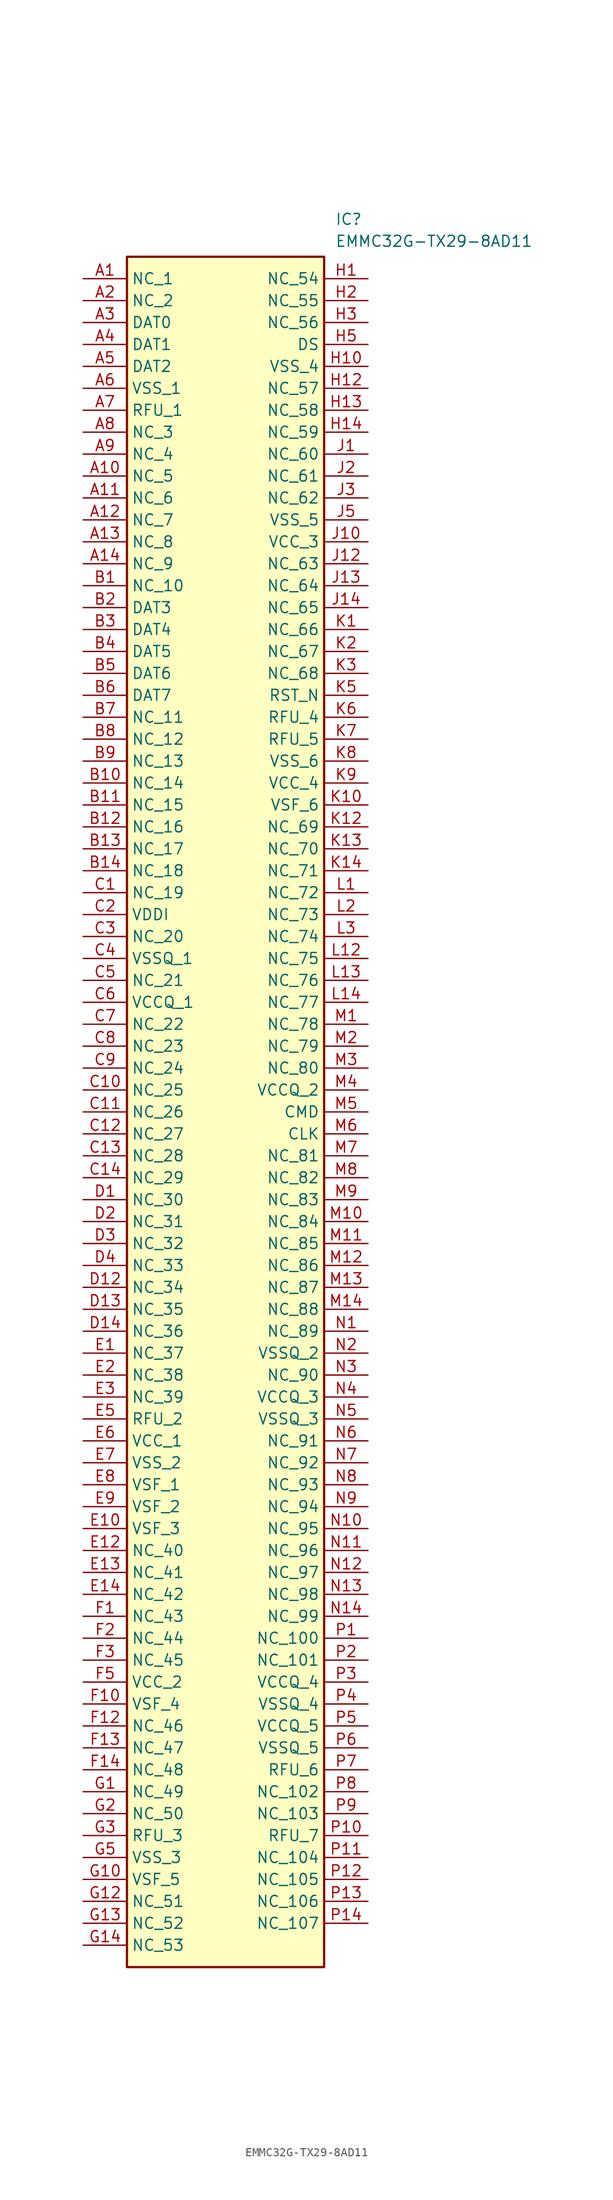
<source format=kicad_sym>
(kicad_symbol_lib
  (version 20241209)
  (generator "kicad_symbol_editor")
  (generator_version "9.0")
  (symbol "EMMC32G-TX29-8AD11"
    (property "Reference" "IC"
      (at 29.21 7.62 0)
      (effects (font (size 1.27 1.27)) (justify left top)))
    (property "Value" "EMMC32G-TX29-8AD11"
      (at 29.21 5.08 0)
      (effects (font (size 1.27 1.27)) (justify left top)))
    (symbol "EMMC32G-TX29-8AD11_1_1"
      (rectangle (start 5.08 2.54) (end 27.94 -195.58) (stroke (width 0.254) (type default)) (fill (type background)))
      (pin passive line (at 0 0 0) (length 5.08) (name "NC_1" (effects (font (size 1.27 1.27)))) (number "A1" (effects (font (size 1.27 1.27)))))
      (pin passive line (at 0 -2.54 0) (length 5.08) (name "NC_2" (effects (font (size 1.27 1.27)))) (number "A2" (effects (font (size 1.27 1.27)))))
      (pin passive line (at 0 -5.08 0) (length 5.08) (name "DAT0" (effects (font (size 1.27 1.27)))) (number "A3" (effects (font (size 1.27 1.27)))))
      (pin passive line (at 0 -7.62 0) (length 5.08) (name "DAT1" (effects (font (size 1.27 1.27)))) (number "A4" (effects (font (size 1.27 1.27)))))
      (pin passive line (at 0 -10.16 0) (length 5.08) (name "DAT2" (effects (font (size 1.27 1.27)))) (number "A5" (effects (font (size 1.27 1.27)))))
      (pin passive line (at 0 -12.7 0) (length 5.08) (name "VSS_1" (effects (font (size 1.27 1.27)))) (number "A6" (effects (font (size 1.27 1.27)))))
      (pin passive line (at 0 -15.24 0) (length 5.08) (name "RFU_1" (effects (font (size 1.27 1.27)))) (number "A7" (effects (font (size 1.27 1.27)))))
      (pin passive line (at 0 -17.78 0) (length 5.08) (name "NC_3" (effects (font (size 1.27 1.27)))) (number "A8" (effects (font (size 1.27 1.27)))))
      (pin passive line (at 0 -20.32 0) (length 5.08) (name "NC_4" (effects (font (size 1.27 1.27)))) (number "A9" (effects (font (size 1.27 1.27)))))
      (pin passive line (at 0 -22.86 0) (length 5.08) (name "NC_5" (effects (font (size 1.27 1.27)))) (number "A10" (effects (font (size 1.27 1.27)))))
      (pin passive line (at 0 -25.4 0) (length 5.08) (name "NC_6" (effects (font (size 1.27 1.27)))) (number "A11" (effects (font (size 1.27 1.27)))))
      (pin passive line (at 0 -27.94 0) (length 5.08) (name "NC_7" (effects (font (size 1.27 1.27)))) (number "A12" (effects (font (size 1.27 1.27)))))
      (pin passive line (at 0 -30.48 0) (length 5.08) (name "NC_8" (effects (font (size 1.27 1.27)))) (number "A13" (effects (font (size 1.27 1.27)))))
      (pin passive line (at 0 -33.02 0) (length 5.08) (name "NC_9" (effects (font (size 1.27 1.27)))) (number "A14" (effects (font (size 1.27 1.27)))))
      (pin passive line (at 0 -35.56 0) (length 5.08) (name "NC_10" (effects (font (size 1.27 1.27)))) (number "B1" (effects (font (size 1.27 1.27)))))
      (pin passive line (at 0 -38.1 0) (length 5.08) (name "DAT3" (effects (font (size 1.27 1.27)))) (number "B2" (effects (font (size 1.27 1.27)))))
      (pin passive line (at 0 -40.64 0) (length 5.08) (name "DAT4" (effects (font (size 1.27 1.27)))) (number "B3" (effects (font (size 1.27 1.27)))))
      (pin passive line (at 0 -43.18 0) (length 5.08) (name "DAT5" (effects (font (size 1.27 1.27)))) (number "B4" (effects (font (size 1.27 1.27)))))
      (pin passive line (at 0 -45.72 0) (length 5.08) (name "DAT6" (effects (font (size 1.27 1.27)))) (number "B5" (effects (font (size 1.27 1.27)))))
      (pin passive line (at 0 -48.26 0) (length 5.08) (name "DAT7" (effects (font (size 1.27 1.27)))) (number "B6" (effects (font (size 1.27 1.27)))))
      (pin passive line (at 0 -50.8 0) (length 5.08) (name "NC_11" (effects (font (size 1.27 1.27)))) (number "B7" (effects (font (size 1.27 1.27)))))
      (pin passive line (at 0 -53.34 0) (length 5.08) (name "NC_12" (effects (font (size 1.27 1.27)))) (number "B8" (effects (font (size 1.27 1.27)))))
      (pin passive line (at 0 -55.88 0) (length 5.08) (name "NC_13" (effects (font (size 1.27 1.27)))) (number "B9" (effects (font (size 1.27 1.27)))))
      (pin passive line (at 0 -58.42 0) (length 5.08) (name "NC_14" (effects (font (size 1.27 1.27)))) (number "B10" (effects (font (size 1.27 1.27)))))
      (pin passive line (at 0 -60.96 0) (length 5.08) (name "NC_15" (effects (font (size 1.27 1.27)))) (number "B11" (effects (font (size 1.27 1.27)))))
      (pin passive line (at 0 -63.5 0) (length 5.08) (name "NC_16" (effects (font (size 1.27 1.27)))) (number "B12" (effects (font (size 1.27 1.27)))))
      (pin passive line (at 0 -66.04 0) (length 5.08) (name "NC_17" (effects (font (size 1.27 1.27)))) (number "B13" (effects (font (size 1.27 1.27)))))
      (pin passive line (at 0 -68.58 0) (length 5.08) (name "NC_18" (effects (font (size 1.27 1.27)))) (number "B14" (effects (font (size 1.27 1.27)))))
      (pin passive line (at 0 -71.12 0) (length 5.08) (name "NC_19" (effects (font (size 1.27 1.27)))) (number "C1" (effects (font (size 1.27 1.27)))))
      (pin passive line (at 0 -73.66 0) (length 5.08) (name "VDDI" (effects (font (size 1.27 1.27)))) (number "C2" (effects (font (size 1.27 1.27)))))
      (pin passive line (at 0 -76.2 0) (length 5.08) (name "NC_20" (effects (font (size 1.27 1.27)))) (number "C3" (effects (font (size 1.27 1.27)))))
      (pin passive line (at 0 -78.74 0) (length 5.08) (name "VSSQ_1" (effects (font (size 1.27 1.27)))) (number "C4" (effects (font (size 1.27 1.27)))))
      (pin passive line (at 0 -81.28 0) (length 5.08) (name "NC_21" (effects (font (size 1.27 1.27)))) (number "C5" (effects (font (size 1.27 1.27)))))
      (pin passive line (at 0 -83.82 0) (length 5.08) (name "VCCQ_1" (effects (font (size 1.27 1.27)))) (number "C6" (effects (font (size 1.27 1.27)))))
      (pin passive line (at 0 -86.36 0) (length 5.08) (name "NC_22" (effects (font (size 1.27 1.27)))) (number "C7" (effects (font (size 1.27 1.27)))))
      (pin passive line (at 0 -88.9 0) (length 5.08) (name "NC_23" (effects (font (size 1.27 1.27)))) (number "C8" (effects (font (size 1.27 1.27)))))
      (pin passive line (at 0 -91.44 0) (length 5.08) (name "NC_24" (effects (font (size 1.27 1.27)))) (number "C9" (effects (font (size 1.27 1.27)))))
      (pin passive line (at 0 -93.98 0) (length 5.08) (name "NC_25" (effects (font (size 1.27 1.27)))) (number "C10" (effects (font (size 1.27 1.27)))))
      (pin passive line (at 0 -96.52 0) (length 5.08) (name "NC_26" (effects (font (size 1.27 1.27)))) (number "C11" (effects (font (size 1.27 1.27)))))
      (pin passive line (at 0 -99.06 0) (length 5.08) (name "NC_27" (effects (font (size 1.27 1.27)))) (number "C12" (effects (font (size 1.27 1.27)))))
      (pin passive line (at 0 -101.6 0) (length 5.08) (name "NC_28" (effects (font (size 1.27 1.27)))) (number "C13" (effects (font (size 1.27 1.27)))))
      (pin passive line (at 0 -104.14 0) (length 5.08) (name "NC_29" (effects (font (size 1.27 1.27)))) (number "C14" (effects (font (size 1.27 1.27)))))
      (pin passive line (at 0 -106.68 0) (length 5.08) (name "NC_30" (effects (font (size 1.27 1.27)))) (number "D1" (effects (font (size 1.27 1.27)))))
      (pin passive line (at 0 -109.22 0) (length 5.08) (name "NC_31" (effects (font (size 1.27 1.27)))) (number "D2" (effects (font (size 1.27 1.27)))))
      (pin passive line (at 0 -111.76 0) (length 5.08) (name "NC_32" (effects (font (size 1.27 1.27)))) (number "D3" (effects (font (size 1.27 1.27)))))
      (pin passive line (at 0 -114.3 0) (length 5.08) (name "NC_33" (effects (font (size 1.27 1.27)))) (number "D4" (effects (font (size 1.27 1.27)))))
      (pin passive line (at 0 -116.84 0) (length 5.08) (name "NC_34" (effects (font (size 1.27 1.27)))) (number "D12" (effects (font (size 1.27 1.27)))))
      (pin passive line (at 0 -119.38 0) (length 5.08) (name "NC_35" (effects (font (size 1.27 1.27)))) (number "D13" (effects (font (size 1.27 1.27)))))
      (pin passive line (at 0 -121.92 0) (length 5.08) (name "NC_36" (effects (font (size 1.27 1.27)))) (number "D14" (effects (font (size 1.27 1.27)))))
      (pin passive line (at 0 -124.46 0) (length 5.08) (name "NC_37" (effects (font (size 1.27 1.27)))) (number "E1" (effects (font (size 1.27 1.27)))))
      (pin passive line (at 0 -127 0) (length 5.08) (name "NC_38" (effects (font (size 1.27 1.27)))) (number "E2" (effects (font (size 1.27 1.27)))))
      (pin passive line (at 0 -129.54 0) (length 5.08) (name "NC_39" (effects (font (size 1.27 1.27)))) (number "E3" (effects (font (size 1.27 1.27)))))
      (pin passive line (at 0 -132.08 0) (length 5.08) (name "RFU_2" (effects (font (size 1.27 1.27)))) (number "E5" (effects (font (size 1.27 1.27)))))
      (pin passive line (at 0 -134.62 0) (length 5.08) (name "VCC_1" (effects (font (size 1.27 1.27)))) (number "E6" (effects (font (size 1.27 1.27)))))
      (pin passive line (at 0 -137.16 0) (length 5.08) (name "VSS_2" (effects (font (size 1.27 1.27)))) (number "E7" (effects (font (size 1.27 1.27)))))
      (pin passive line (at 0 -139.7 0) (length 5.08) (name "VSF_1" (effects (font (size 1.27 1.27)))) (number "E8" (effects (font (size 1.27 1.27)))))
      (pin passive line (at 0 -142.24 0) (length 5.08) (name "VSF_2" (effects (font (size 1.27 1.27)))) (number "E9" (effects (font (size 1.27 1.27)))))
      (pin passive line (at 0 -144.78 0) (length 5.08) (name "VSF_3" (effects (font (size 1.27 1.27)))) (number "E10" (effects (font (size 1.27 1.27)))))
      (pin passive line (at 0 -147.32 0) (length 5.08) (name "NC_40" (effects (font (size 1.27 1.27)))) (number "E12" (effects (font (size 1.27 1.27)))))
      (pin passive line (at 0 -149.86 0) (length 5.08) (name "NC_41" (effects (font (size 1.27 1.27)))) (number "E13" (effects (font (size 1.27 1.27)))))
      (pin passive line (at 0 -152.4 0) (length 5.08) (name "NC_42" (effects (font (size 1.27 1.27)))) (number "E14" (effects (font (size 1.27 1.27)))))
      (pin passive line (at 0 -154.94 0) (length 5.08) (name "NC_43" (effects (font (size 1.27 1.27)))) (number "F1" (effects (font (size 1.27 1.27)))))
      (pin passive line (at 0 -157.48 0) (length 5.08) (name "NC_44" (effects (font (size 1.27 1.27)))) (number "F2" (effects (font (size 1.27 1.27)))))
      (pin passive line (at 0 -160.02 0) (length 5.08) (name "NC_45" (effects (font (size 1.27 1.27)))) (number "F3" (effects (font (size 1.27 1.27)))))
      (pin passive line (at 0 -162.56 0) (length 5.08) (name "VCC_2" (effects (font (size 1.27 1.27)))) (number "F5" (effects (font (size 1.27 1.27)))))
      (pin passive line (at 0 -165.1 0) (length 5.08) (name "VSF_4" (effects (font (size 1.27 1.27)))) (number "F10" (effects (font (size 1.27 1.27)))))
      (pin passive line (at 0 -167.64 0) (length 5.08) (name "NC_46" (effects (font (size 1.27 1.27)))) (number "F12" (effects (font (size 1.27 1.27)))))
      (pin passive line (at 0 -170.18 0) (length 5.08) (name "NC_47" (effects (font (size 1.27 1.27)))) (number "F13" (effects (font (size 1.27 1.27)))))
      (pin passive line (at 0 -172.72 0) (length 5.08) (name "NC_48" (effects (font (size 1.27 1.27)))) (number "F14" (effects (font (size 1.27 1.27)))))
      (pin passive line (at 0 -175.26 0) (length 5.08) (name "NC_49" (effects (font (size 1.27 1.27)))) (number "G1" (effects (font (size 1.27 1.27)))))
      (pin passive line (at 0 -177.8 0) (length 5.08) (name "NC_50" (effects (font (size 1.27 1.27)))) (number "G2" (effects (font (size 1.27 1.27)))))
      (pin passive line (at 0 -180.34 0) (length 5.08) (name "RFU_3" (effects (font (size 1.27 1.27)))) (number "G3" (effects (font (size 1.27 1.27)))))
      (pin passive line (at 0 -182.88 0) (length 5.08) (name "VSS_3" (effects (font (size 1.27 1.27)))) (number "G5" (effects (font (size 1.27 1.27)))))
      (pin passive line (at 0 -185.42 0) (length 5.08) (name "VSF_5" (effects (font (size 1.27 1.27)))) (number "G10" (effects (font (size 1.27 1.27)))))
      (pin passive line (at 0 -187.96 0) (length 5.08) (name "NC_51" (effects (font (size 1.27 1.27)))) (number "G12" (effects (font (size 1.27 1.27)))))
      (pin passive line (at 0 -190.5 0) (length 5.08) (name "NC_52" (effects (font (size 1.27 1.27)))) (number "G13" (effects (font (size 1.27 1.27)))))
      (pin passive line (at 0 -193.04 0) (length 5.08) (name "NC_53" (effects (font (size 1.27 1.27)))) (number "G14" (effects (font (size 1.27 1.27)))))
      (pin passive line (at 33.02 0 180) (length 5.08) (name "NC_54" (effects (font (size 1.27 1.27)))) (number "H1" (effects (font (size 1.27 1.27)))))
      (pin passive line (at 33.02 -2.54 180) (length 5.08) (name "NC_55" (effects (font (size 1.27 1.27)))) (number "H2" (effects (font (size 1.27 1.27)))))
      (pin passive line (at 33.02 -5.08 180) (length 5.08) (name "NC_56" (effects (font (size 1.27 1.27)))) (number "H3" (effects (font (size 1.27 1.27)))))
      (pin passive line (at 33.02 -7.62 180) (length 5.08) (name "DS" (effects (font (size 1.27 1.27)))) (number "H5" (effects (font (size 1.27 1.27)))))
      (pin passive line (at 33.02 -10.16 180) (length 5.08) (name "VSS_4" (effects (font (size 1.27 1.27)))) (number "H10" (effects (font (size 1.27 1.27)))))
      (pin passive line (at 33.02 -12.7 180) (length 5.08) (name "NC_57" (effects (font (size 1.27 1.27)))) (number "H12" (effects (font (size 1.27 1.27)))))
      (pin passive line (at 33.02 -15.24 180) (length 5.08) (name "NC_58" (effects (font (size 1.27 1.27)))) (number "H13" (effects (font (size 1.27 1.27)))))
      (pin passive line (at 33.02 -17.78 180) (length 5.08) (name "NC_59" (effects (font (size 1.27 1.27)))) (number "H14" (effects (font (size 1.27 1.27)))))
      (pin passive line (at 33.02 -20.32 180) (length 5.08) (name "NC_60" (effects (font (size 1.27 1.27)))) (number "J1" (effects (font (size 1.27 1.27)))))
      (pin passive line (at 33.02 -22.86 180) (length 5.08) (name "NC_61" (effects (font (size 1.27 1.27)))) (number "J2" (effects (font (size 1.27 1.27)))))
      (pin passive line (at 33.02 -25.4 180) (length 5.08) (name "NC_62" (effects (font (size 1.27 1.27)))) (number "J3" (effects (font (size 1.27 1.27)))))
      (pin passive line (at 33.02 -27.94 180) (length 5.08) (name "VSS_5" (effects (font (size 1.27 1.27)))) (number "J5" (effects (font (size 1.27 1.27)))))
      (pin passive line (at 33.02 -30.48 180) (length 5.08) (name "VCC_3" (effects (font (size 1.27 1.27)))) (number "J10" (effects (font (size 1.27 1.27)))))
      (pin passive line (at 33.02 -33.02 180) (length 5.08) (name "NC_63" (effects (font (size 1.27 1.27)))) (number "J12" (effects (font (size 1.27 1.27)))))
      (pin passive line (at 33.02 -35.56 180) (length 5.08) (name "NC_64" (effects (font (size 1.27 1.27)))) (number "J13" (effects (font (size 1.27 1.27)))))
      (pin passive line (at 33.02 -38.1 180) (length 5.08) (name "NC_65" (effects (font (size 1.27 1.27)))) (number "J14" (effects (font (size 1.27 1.27)))))
      (pin passive line (at 33.02 -40.64 180) (length 5.08) (name "NC_66" (effects (font (size 1.27 1.27)))) (number "K1" (effects (font (size 1.27 1.27)))))
      (pin passive line (at 33.02 -43.18 180) (length 5.08) (name "NC_67" (effects (font (size 1.27 1.27)))) (number "K2" (effects (font (size 1.27 1.27)))))
      (pin passive line (at 33.02 -45.72 180) (length 5.08) (name "NC_68" (effects (font (size 1.27 1.27)))) (number "K3" (effects (font (size 1.27 1.27)))))
      (pin passive line (at 33.02 -48.26 180) (length 5.08) (name "RST_N" (effects (font (size 1.27 1.27)))) (number "K5" (effects (font (size 1.27 1.27)))))
      (pin passive line (at 33.02 -50.8 180) (length 5.08) (name "RFU_4" (effects (font (size 1.27 1.27)))) (number "K6" (effects (font (size 1.27 1.27)))))
      (pin passive line (at 33.02 -53.34 180) (length 5.08) (name "RFU_5" (effects (font (size 1.27 1.27)))) (number "K7" (effects (font (size 1.27 1.27)))))
      (pin passive line (at 33.02 -55.88 180) (length 5.08) (name "VSS_6" (effects (font (size 1.27 1.27)))) (number "K8" (effects (font (size 1.27 1.27)))))
      (pin passive line (at 33.02 -58.42 180) (length 5.08) (name "VCC_4" (effects (font (size 1.27 1.27)))) (number "K9" (effects (font (size 1.27 1.27)))))
      (pin passive line (at 33.02 -60.96 180) (length 5.08) (name "VSF_6" (effects (font (size 1.27 1.27)))) (number "K10" (effects (font (size 1.27 1.27)))))
      (pin passive line (at 33.02 -63.5 180) (length 5.08) (name "NC_69" (effects (font (size 1.27 1.27)))) (number "K12" (effects (font (size 1.27 1.27)))))
      (pin passive line (at 33.02 -66.04 180) (length 5.08) (name "NC_70" (effects (font (size 1.27 1.27)))) (number "K13" (effects (font (size 1.27 1.27)))))
      (pin passive line (at 33.02 -68.58 180) (length 5.08) (name "NC_71" (effects (font (size 1.27 1.27)))) (number "K14" (effects (font (size 1.27 1.27)))))
      (pin passive line (at 33.02 -71.12 180) (length 5.08) (name "NC_72" (effects (font (size 1.27 1.27)))) (number "L1" (effects (font (size 1.27 1.27)))))
      (pin passive line (at 33.02 -73.66 180) (length 5.08) (name "NC_73" (effects (font (size 1.27 1.27)))) (number "L2" (effects (font (size 1.27 1.27)))))
      (pin passive line (at 33.02 -76.2 180) (length 5.08) (name "NC_74" (effects (font (size 1.27 1.27)))) (number "L3" (effects (font (size 1.27 1.27)))))
      (pin passive line (at 33.02 -78.74 180) (length 5.08) (name "NC_75" (effects (font (size 1.27 1.27)))) (number "L12" (effects (font (size 1.27 1.27)))))
      (pin passive line (at 33.02 -81.28 180) (length 5.08) (name "NC_76" (effects (font (size 1.27 1.27)))) (number "L13" (effects (font (size 1.27 1.27)))))
      (pin passive line (at 33.02 -83.82 180) (length 5.08) (name "NC_77" (effects (font (size 1.27 1.27)))) (number "L14" (effects (font (size 1.27 1.27)))))
      (pin passive line (at 33.02 -86.36 180) (length 5.08) (name "NC_78" (effects (font (size 1.27 1.27)))) (number "M1" (effects (font (size 1.27 1.27)))))
      (pin passive line (at 33.02 -88.9 180) (length 5.08) (name "NC_79" (effects (font (size 1.27 1.27)))) (number "M2" (effects (font (size 1.27 1.27)))))
      (pin passive line (at 33.02 -91.44 180) (length 5.08) (name "NC_80" (effects (font (size 1.27 1.27)))) (number "M3" (effects (font (size 1.27 1.27)))))
      (pin passive line (at 33.02 -93.98 180) (length 5.08) (name "VCCQ_2" (effects (font (size 1.27 1.27)))) (number "M4" (effects (font (size 1.27 1.27)))))
      (pin passive line (at 33.02 -96.52 180) (length 5.08) (name "CMD" (effects (font (size 1.27 1.27)))) (number "M5" (effects (font (size 1.27 1.27)))))
      (pin passive line (at 33.02 -99.06 180) (length 5.08) (name "CLK" (effects (font (size 1.27 1.27)))) (number "M6" (effects (font (size 1.27 1.27)))))
      (pin passive line (at 33.02 -101.6 180) (length 5.08) (name "NC_81" (effects (font (size 1.27 1.27)))) (number "M7" (effects (font (size 1.27 1.27)))))
      (pin passive line (at 33.02 -104.14 180) (length 5.08) (name "NC_82" (effects (font (size 1.27 1.27)))) (number "M8" (effects (font (size 1.27 1.27)))))
      (pin passive line (at 33.02 -106.68 180) (length 5.08) (name "NC_83" (effects (font (size 1.27 1.27)))) (number "M9" (effects (font (size 1.27 1.27)))))
      (pin passive line (at 33.02 -109.22 180) (length 5.08) (name "NC_84" (effects (font (size 1.27 1.27)))) (number "M10" (effects (font (size 1.27 1.27)))))
      (pin passive line (at 33.02 -111.76 180) (length 5.08) (name "NC_85" (effects (font (size 1.27 1.27)))) (number "M11" (effects (font (size 1.27 1.27)))))
      (pin passive line (at 33.02 -114.3 180) (length 5.08) (name "NC_86" (effects (font (size 1.27 1.27)))) (number "M12" (effects (font (size 1.27 1.27)))))
      (pin passive line (at 33.02 -116.84 180) (length 5.08) (name "NC_87" (effects (font (size 1.27 1.27)))) (number "M13" (effects (font (size 1.27 1.27)))))
      (pin passive line (at 33.02 -119.38 180) (length 5.08) (name "NC_88" (effects (font (size 1.27 1.27)))) (number "M14" (effects (font (size 1.27 1.27)))))
      (pin passive line (at 33.02 -121.92 180) (length 5.08) (name "NC_89" (effects (font (size 1.27 1.27)))) (number "N1" (effects (font (size 1.27 1.27)))))
      (pin passive line (at 33.02 -124.46 180) (length 5.08) (name "VSSQ_2" (effects (font (size 1.27 1.27)))) (number "N2" (effects (font (size 1.27 1.27)))))
      (pin passive line (at 33.02 -127 180) (length 5.08) (name "NC_90" (effects (font (size 1.27 1.27)))) (number "N3" (effects (font (size 1.27 1.27)))))
      (pin passive line (at 33.02 -129.54 180) (length 5.08) (name "VCCQ_3" (effects (font (size 1.27 1.27)))) (number "N4" (effects (font (size 1.27 1.27)))))
      (pin passive line (at 33.02 -132.08 180) (length 5.08) (name "VSSQ_3" (effects (font (size 1.27 1.27)))) (number "N5" (effects (font (size 1.27 1.27)))))
      (pin passive line (at 33.02 -134.62 180) (length 5.08) (name "NC_91" (effects (font (size 1.27 1.27)))) (number "N6" (effects (font (size 1.27 1.27)))))
      (pin passive line (at 33.02 -137.16 180) (length 5.08) (name "NC_92" (effects (font (size 1.27 1.27)))) (number "N7" (effects (font (size 1.27 1.27)))))
      (pin passive line (at 33.02 -139.7 180) (length 5.08) (name "NC_93" (effects (font (size 1.27 1.27)))) (number "N8" (effects (font (size 1.27 1.27)))))
      (pin passive line (at 33.02 -142.24 180) (length 5.08) (name "NC_94" (effects (font (size 1.27 1.27)))) (number "N9" (effects (font (size 1.27 1.27)))))
      (pin passive line (at 33.02 -144.78 180) (length 5.08) (name "NC_95" (effects (font (size 1.27 1.27)))) (number "N10" (effects (font (size 1.27 1.27)))))
      (pin passive line (at 33.02 -147.32 180) (length 5.08) (name "NC_96" (effects (font (size 1.27 1.27)))) (number "N11" (effects (font (size 1.27 1.27)))))
      (pin passive line (at 33.02 -149.86 180) (length 5.08) (name "NC_97" (effects (font (size 1.27 1.27)))) (number "N12" (effects (font (size 1.27 1.27)))))
      (pin passive line (at 33.02 -152.4 180) (length 5.08) (name "NC_98" (effects (font (size 1.27 1.27)))) (number "N13" (effects (font (size 1.27 1.27)))))
      (pin passive line (at 33.02 -154.94 180) (length 5.08) (name "NC_99" (effects (font (size 1.27 1.27)))) (number "N14" (effects (font (size 1.27 1.27)))))
      (pin passive line (at 33.02 -157.48 180) (length 5.08) (name "NC_100" (effects (font (size 1.27 1.27)))) (number "P1" (effects (font (size 1.27 1.27)))))
      (pin passive line (at 33.02 -160.02 180) (length 5.08) (name "NC_101" (effects (font (size 1.27 1.27)))) (number "P2" (effects (font (size 1.27 1.27)))))
      (pin passive line (at 33.02 -162.56 180) (length 5.08) (name "VCCQ_4" (effects (font (size 1.27 1.27)))) (number "P3" (effects (font (size 1.27 1.27)))))
      (pin passive line (at 33.02 -165.1 180) (length 5.08) (name "VSSQ_4" (effects (font (size 1.27 1.27)))) (number "P4" (effects (font (size 1.27 1.27)))))
      (pin passive line (at 33.02 -167.64 180) (length 5.08) (name "VCCQ_5" (effects (font (size 1.27 1.27)))) (number "P5" (effects (font (size 1.27 1.27)))))
      (pin passive line (at 33.02 -170.18 180) (length 5.08) (name "VSSQ_5" (effects (font (size 1.27 1.27)))) (number "P6" (effects (font (size 1.27 1.27)))))
      (pin passive line (at 33.02 -172.72 180) (length 5.08) (name "RFU_6" (effects (font (size 1.27 1.27)))) (number "P7" (effects (font (size 1.27 1.27)))))
      (pin passive line (at 33.02 -175.26 180) (length 5.08) (name "NC_102" (effects (font (size 1.27 1.27)))) (number "P8" (effects (font (size 1.27 1.27)))))
      (pin passive line (at 33.02 -177.8 180) (length 5.08) (name "NC_103" (effects (font (size 1.27 1.27)))) (number "P9" (effects (font (size 1.27 1.27)))))
      (pin passive line (at 33.02 -180.34 180) (length 5.08) (name "RFU_7" (effects (font (size 1.27 1.27)))) (number "P10" (effects (font (size 1.27 1.27)))))
      (pin passive line (at 33.02 -182.88 180) (length 5.08) (name "NC_104" (effects (font (size 1.27 1.27)))) (number "P11" (effects (font (size 1.27 1.27)))))
      (pin passive line (at 33.02 -185.42 180) (length 5.08) (name "NC_105" (effects (font (size 1.27 1.27)))) (number "P12" (effects (font (size 1.27 1.27)))))
      (pin passive line (at 33.02 -187.96 180) (length 5.08) (name "NC_106" (effects (font (size 1.27 1.27)))) (number "P13" (effects (font (size 1.27 1.27)))))
      (pin passive line (at 33.02 -190.5 180) (length 5.08) (name "NC_107" (effects (font (size 1.27 1.27)))) (number "P14" (effects (font (size 1.27 1.27))))))))
</source>
